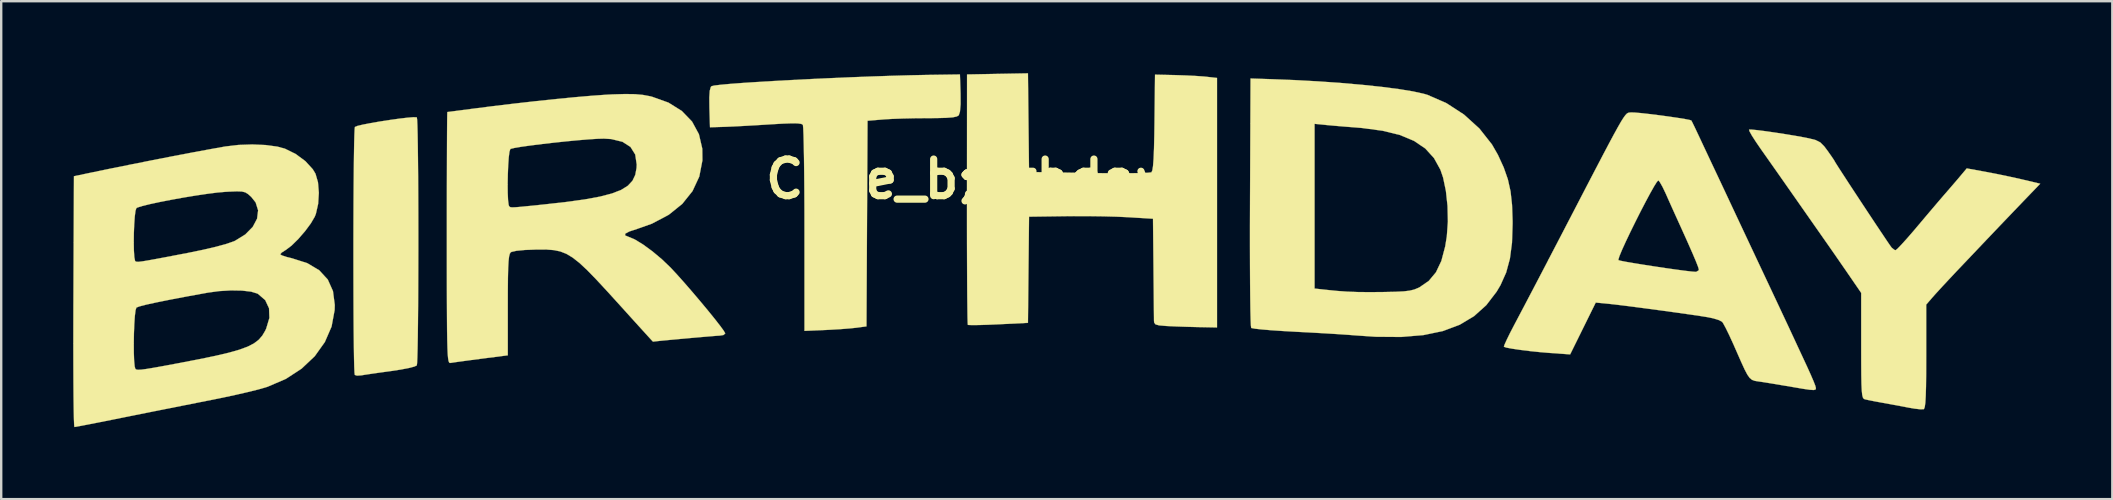
<source format=kicad_pcb>
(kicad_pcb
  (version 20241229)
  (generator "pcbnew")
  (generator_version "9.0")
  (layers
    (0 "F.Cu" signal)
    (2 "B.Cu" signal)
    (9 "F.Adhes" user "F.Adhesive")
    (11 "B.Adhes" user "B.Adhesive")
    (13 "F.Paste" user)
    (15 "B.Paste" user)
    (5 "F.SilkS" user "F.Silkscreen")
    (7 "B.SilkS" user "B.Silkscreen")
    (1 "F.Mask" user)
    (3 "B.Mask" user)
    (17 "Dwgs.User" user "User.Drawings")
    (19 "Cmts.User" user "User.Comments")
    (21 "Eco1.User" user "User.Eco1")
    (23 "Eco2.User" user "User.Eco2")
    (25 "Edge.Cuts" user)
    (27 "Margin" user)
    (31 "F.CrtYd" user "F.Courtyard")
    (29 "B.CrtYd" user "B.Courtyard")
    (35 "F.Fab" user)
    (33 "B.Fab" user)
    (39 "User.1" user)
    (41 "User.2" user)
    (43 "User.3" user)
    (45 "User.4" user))
  (footprint "Cake_b;irthday"
    (layer "F.Cu")
    (at 37.157 4.412)
    (property "Reference" "Cake_b;irthday" (at 0 0 0) (layer "F.SilkS") (effects (font (size 1.524 1.524) (thickness 0.3))))
    (attr through_hole)
    (fp_poly (pts (xy -22.847 -2.573) (xy -22.841 -2.571) (xy -22.828 -2.481) (xy -22.817 -2.239) (xy -22.807 -1.864) (xy -22.799 -1.373) (xy -22.792 -0.784) (xy -22.786 -0.115) (xy -22.782 0.616) (xy -22.779 1.392) (xy -22.778 2.195) (xy -22.778 3.006) (xy -22.78 3.809) (xy -22.783 4.584) (xy -22.787 5.315) (xy -22.793 5.984) (xy -22.8 6.572) (xy -22.809 7.062) (xy -22.819 7.435) (xy -22.83 7.675) (xy -22.842 7.763) (xy -22.946 7.812) (xy -23.184 7.873) (xy -23.519 7.937) (xy -23.917 7.998) (xy -23.92 7.998) (xy -24.337 8.055) (xy -24.709 8.108) (xy -24.996 8.151) (xy -25.15 8.176) (xy -25.334 8.188) (xy -25.425 8.159) (xy -25.437 8.065) (xy -25.448 7.819) (xy -25.457 7.44) (xy -25.464 6.945) (xy -25.471 6.353) (xy -25.476 5.68) (xy -25.479 4.946) (xy -25.481 4.168) (xy -25.482 3.364) (xy -25.482 2.551) (xy -25.48 1.748) (xy -25.477 0.973) (xy -25.472 0.244) (xy -25.466 -0.422) (xy -25.459 -1.007) (xy -25.451 -1.492) (xy -25.441 -1.86) (xy -25.43 -2.093) (xy -25.42 -2.172) (xy -25.321 -2.214) (xy -25.09 -2.27) (xy -24.764 -2.333) (xy -24.379 -2.4) (xy -23.971 -2.463) (xy -23.578 -2.518) (xy -23.235 -2.558) (xy -22.979 -2.579) (xy -22.847 -2.573)) (stroke (width 0.01) (type solid)) (fill yes) (layer "F.SilkS"))
    (fp_poly (pts (xy -0.187 -3.569) (xy -0.185 -3.119) (xy -0.211 -2.81) (xy -0.261 -2.658) (xy -0.343 -2.609) (xy -0.507 -2.574) (xy -0.778 -2.553) (xy -1.178 -2.542) (xy -1.564 -2.54) (xy -2.068 -2.536) (xy -2.577 -2.525) (xy -3.035 -2.508) (xy -3.385 -2.488) (xy -3.415 -2.485) (xy -4.062 -2.431) (xy -4.106 6.136) (xy -4.53 6.193) (xy -4.803 6.221) (xy -5.182 6.251) (xy -5.606 6.276) (xy -5.821 6.287) (xy -6.689 6.324) (xy -6.69 2.083) (xy -6.691 1.249) (xy -6.695 0.465) (xy -6.701 -0.251) (xy -6.709 -0.885) (xy -6.719 -1.418) (xy -6.729 -1.835) (xy -6.741 -2.119) (xy -6.754 -2.254) (xy -6.757 -2.262) (xy -6.822 -2.3) (xy -6.972 -2.321) (xy -7.228 -2.324) (xy -7.61 -2.31) (xy -8.131 -2.28) (xy -8.643 -2.248) (xy -9.148 -2.219) (xy -9.6 -2.195) (xy -9.947 -2.18) (xy -10.033 -2.177) (xy -10.626 -2.159) (xy -10.65 -2.972) (xy -10.654 -3.4) (xy -10.636 -3.68) (xy -10.593 -3.835) (xy -10.565 -3.869) (xy -10.45 -3.898) (xy -10.184 -3.93) (xy -9.784 -3.967) (xy -9.268 -4.006) (xy -8.653 -4.046) (xy -7.958 -4.088) (xy -7.2 -4.129) (xy -6.396 -4.17) (xy -5.564 -4.208) (xy -4.723 -4.244) (xy -3.89 -4.276) (xy -3.081 -4.303) (xy -2.316 -4.325) (xy -1.612 -4.34) (xy -1.397 -4.343) (xy -0.212 -4.36) (xy -0.187 -3.569)) (stroke (width 0.01) (type solid)) (fill yes) (layer "F.SilkS"))
    (fp_poly (pts (xy 2.644 -2.352) (xy 2.667 -0.296) (xy 5.165 -0.254) (xy 5.802 -0.246) (xy 6.386 -0.243) (xy 6.895 -0.245) (xy 7.307 -0.252) (xy 7.6 -0.263) (xy 7.752 -0.279) (xy 7.767 -0.284) (xy 7.803 -0.361) (xy 7.833 -0.543) (xy 7.856 -0.845) (xy 7.874 -1.28) (xy 7.887 -1.861) (xy 7.894 -2.355) (xy 7.916 -4.352) (xy 8.763 -4.333) (xy 9.186 -4.319) (xy 9.6 -4.299) (xy 9.942 -4.275) (xy 10.054 -4.264) (xy 10.499 -4.214) (xy 10.499 6.181) (xy 9.673 6.165) (xy 9.246 6.154) (xy 8.819 6.14) (xy 8.463 6.124) (xy 8.361 6.118) (xy 8.085 6.094) (xy 7.938 6.054) (xy 7.881 5.981) (xy 7.873 5.901) (xy 7.872 5.766) (xy 7.869 5.488) (xy 7.865 5.093) (xy 7.861 4.606) (xy 7.855 4.055) (xy 7.852 3.683) (xy 7.832 1.651) (xy 6.773 1.587) (xy 6.313 1.566) (xy 5.742 1.551) (xy 5.118 1.543) (xy 4.499 1.542) (xy 4.191 1.545) (xy 2.667 1.566) (xy 2.644 3.778) (xy 2.622 5.989) (xy 1.389 6.05) (xy 0.95 6.069) (xy 0.575 6.08) (xy 0.294 6.083) (xy 0.138 6.077) (xy 0.117 6.072) (xy 0.11 5.982) (xy 0.103 5.738) (xy 0.098 5.354) (xy 0.092 4.844) (xy 0.088 4.224) (xy 0.085 3.507) (xy 0.082 2.709) (xy 0.081 1.843) (xy 0.081 0.925) (xy 0.081 0.836) (xy 0.084 -4.36) (xy 1.353 -4.384) (xy 2.622 -4.407) (xy 2.644 -2.352)) (stroke (width 0.01) (type solid)) (fill yes) (layer "F.SilkS"))
    (fp_poly (pts (xy 12.742 -4.164) (xy 13.745 -4.125) (xy 14.729 -4.071) (xy 15.674 -4.004) (xy 16.56 -3.927) (xy 17.367 -3.842) (xy 18.075 -3.75) (xy 18.663 -3.654) (xy 19.112 -3.555) (xy 19.267 -3.51) (xy 20.058 -3.164) (xy 20.789 -2.689) (xy 21.431 -2.107) (xy 21.954 -1.444) (xy 22.201 -1.014) (xy 22.445 -0.482) (xy 22.617 0.01) (xy 22.729 0.513) (xy 22.791 1.077) (xy 22.814 1.75) (xy 22.814 1.863) (xy 22.789 2.652) (xy 22.702 3.316) (xy 22.546 3.892) (xy 22.311 4.416) (xy 22.147 4.693) (xy 21.716 5.254) (xy 21.207 5.711) (xy 20.608 6.069) (xy 19.909 6.331) (xy 19.1 6.499) (xy 18.17 6.577) (xy 17.109 6.569) (xy 16.298 6.514) (xy 15.972 6.489) (xy 15.518 6.458) (xy 14.976 6.425) (xy 14.389 6.392) (xy 13.798 6.361) (xy 13.765 6.359) (xy 13.233 6.329) (xy 12.758 6.297) (xy 12.366 6.264) (xy 12.084 6.233) (xy 11.937 6.206) (xy 11.923 6.2) (xy 11.911 6.105) (xy 11.9 5.855) (xy 11.89 5.465) (xy 11.883 4.951) (xy 11.879 4.56) (xy 14.563 4.56) (xy 15.007 4.609) (xy 15.479 4.657) (xy 15.909 4.688) (xy 16.351 4.705) (xy 16.859 4.71) (xy 17.441 4.705) (xy 17.923 4.695) (xy 18.273 4.678) (xy 18.525 4.648) (xy 18.717 4.601) (xy 18.885 4.532) (xy 18.939 4.505) (xy 19.323 4.24) (xy 19.622 3.881) (xy 19.846 3.409) (xy 20.006 2.805) (xy 20.074 2.381) (xy 20.118 1.769) (xy 20.103 1.121) (xy 20.035 0.492) (xy 19.918 -0.066) (xy 19.805 -0.395) (xy 19.537 -0.878) (xy 19.176 -1.275) (xy 18.707 -1.592) (xy 18.12 -1.837) (xy 17.4 -2.014) (xy 16.536 -2.13) (xy 16.256 -2.153) (xy 15.845 -2.185) (xy 15.426 -2.22) (xy 15.083 -2.251) (xy 15.05 -2.254) (xy 14.563 -2.303) (xy 14.563 4.56) (xy 11.879 4.56) (xy 11.877 4.326) (xy 11.873 3.606) (xy 11.871 2.806) (xy 11.871 1.939) (xy 11.874 1.022) (xy 11.874 0.969) (xy 11.896 -4.191) (xy 12.742 -4.164)) (stroke (width 0.01) (type solid)) (fill yes) (layer "F.SilkS"))
    (fp_poly (pts (xy 33.004 -2.04) (xy 33.338 -1.998) (xy 33.734 -1.941) (xy 34.158 -1.876) (xy 34.576 -1.807) (xy 34.954 -1.739) (xy 35.154 -1.699) (xy 35.44 -1.627) (xy 35.634 -1.529) (xy 35.802 -1.36) (xy 35.937 -1.18) (xy 36.095 -0.956) (xy 36.204 -0.794) (xy 36.237 -0.736) (xy 36.282 -0.66) (xy 36.405 -0.466) (xy 36.592 -0.178) (xy 36.826 0.182) (xy 37.094 0.59) (xy 37.379 1.023) (xy 37.667 1.459) (xy 37.942 1.873) (xy 38.189 2.243) (xy 38.392 2.546) (xy 38.537 2.758) (xy 38.608 2.857) (xy 38.608 2.857) (xy 38.727 2.951) (xy 38.771 2.963) (xy 38.848 2.902) (xy 39.012 2.732) (xy 39.243 2.477) (xy 39.52 2.158) (xy 39.678 1.971) (xy 40.001 1.588) (xy 40.316 1.216) (xy 40.593 0.891) (xy 40.801 0.649) (xy 40.852 0.591) (xy 41.095 0.31) (xy 41.344 0.02) (xy 41.463 -0.121) (xy 41.736 -0.446) (xy 42.522 -0.303) (xy 42.991 -0.213) (xy 43.513 -0.104) (xy 43.985 0.000447) (xy 44.052 0.016) (xy 44.797 0.192) (xy 44.095 0.922) (xy 43.628 1.409) (xy 43.117 1.943) (xy 42.544 2.544) (xy 41.89 3.233) (xy 41.301 3.852) (xy 40.993 4.18) (xy 40.701 4.494) (xy 40.46 4.757) (xy 40.313 4.922) (xy 40.047 5.229) (xy 40.047 7.389) (xy 40.045 8.089) (xy 40.039 8.634) (xy 40.027 9.04) (xy 40.01 9.323) (xy 39.986 9.497) (xy 39.954 9.577) (xy 39.941 9.586) (xy 39.806 9.591) (xy 39.564 9.564) (xy 39.328 9.524) (xy 38.961 9.454) (xy 38.535 9.375) (xy 38.227 9.319) (xy 37.909 9.261) (xy 37.643 9.208) (xy 37.487 9.173) (xy 37.486 9.173) (xy 37.441 9.15) (xy 37.406 9.093) (xy 37.38 8.986) (xy 37.362 8.806) (xy 37.349 8.537) (xy 37.342 8.157) (xy 37.339 7.649) (xy 37.338 6.992) (xy 37.338 6.937) (xy 37.338 4.741) (xy 36.771 3.915) (xy 36.491 3.51) (xy 36.194 3.08) (xy 35.92 2.687) (xy 35.776 2.482) (xy 35.574 2.193) (xy 35.304 1.808) (xy 34.996 1.368) (xy 34.68 0.916) (xy 34.544 0.722) (xy 34.217 0.255) (xy 33.87 -0.24) (xy 33.537 -0.713) (xy 33.254 -1.115) (xy 33.173 -1.229) (xy 32.956 -1.545) (xy 32.787 -1.808) (xy 32.685 -1.99) (xy 32.665 -2.062) (xy 32.769 -2.063) (xy 33.004 -2.04)) (stroke (width 0.01) (type solid)) (fill yes) (layer "F.SilkS"))
    (fp_poly (pts (xy 27.897 -2.773) (xy 28.163 -2.75) (xy 28.511 -2.711) (xy 28.904 -2.663) (xy 29.305 -2.609) (xy 29.678 -2.554) (xy 29.986 -2.505) (xy 30.193 -2.464) (xy 30.262 -2.441) (xy 30.306 -2.356) (xy 30.402 -2.159) (xy 30.529 -1.89) (xy 30.542 -1.863) (xy 30.699 -1.528) (xy 30.894 -1.113) (xy 31.093 -0.69) (xy 31.159 -0.55) (xy 31.365 -0.114) (xy 31.592 0.368) (xy 31.799 0.809) (xy 31.846 0.91) (xy 31.985 1.206) (xy 32.127 1.509) (xy 32.286 1.847) (xy 32.473 2.245) (xy 32.701 2.729) (xy 32.981 3.325) (xy 33.18 3.747) (xy 33.495 4.416) (xy 33.749 4.956) (xy 33.952 5.388) (xy 34.115 5.736) (xy 34.25 6.023) (xy 34.366 6.271) (xy 34.474 6.504) (xy 34.521 6.604) (xy 34.709 7.009) (xy 34.916 7.453) (xy 35.092 7.832) (xy 35.233 8.144) (xy 35.352 8.419) (xy 35.423 8.602) (xy 35.427 8.615) (xy 35.452 8.708) (xy 35.439 8.765) (xy 35.363 8.788) (xy 35.198 8.778) (xy 34.917 8.737) (xy 34.502 8.666) (xy 34.08 8.595) (xy 33.628 8.519) (xy 33.251 8.458) (xy 33.054 8.43) (xy 32.906 8.406) (xy 32.791 8.364) (xy 32.693 8.285) (xy 32.595 8.147) (xy 32.481 7.931) (xy 32.336 7.614) (xy 32.144 7.178) (xy 32.003 6.858) (xy 31.844 6.511) (xy 31.7 6.216) (xy 31.59 6.013) (xy 31.545 5.946) (xy 31.411 5.875) (xy 31.168 5.8) (xy 30.941 5.753) (xy 30.628 5.703) (xy 30.192 5.639) (xy 29.669 5.565) (xy 29.095 5.486) (xy 28.509 5.407) (xy 27.946 5.333) (xy 27.444 5.269) (xy 27.04 5.22) (xy 26.791 5.193) (xy 26.278 5.144) (xy 25.212 7.303) (xy 24.396 7.246) (xy 23.966 7.21) (xy 23.531 7.165) (xy 23.128 7.115) (xy 22.79 7.065) (xy 22.552 7.02) (xy 22.451 6.985) (xy 22.476 6.902) (xy 22.567 6.7) (xy 22.711 6.406) (xy 22.895 6.051) (xy 22.925 5.995) (xy 23.317 5.252) (xy 23.754 4.419) (xy 24.246 3.478) (xy 24.311 3.351) (xy 27.221 3.351) (xy 27.222 3.376) (xy 27.317 3.403) (xy 27.548 3.448) (xy 27.882 3.505) (xy 28.289 3.571) (xy 28.735 3.64) (xy 29.189 3.708) (xy 29.619 3.769) (xy 29.993 3.819) (xy 30.278 3.852) (xy 30.444 3.865) (xy 30.463 3.865) (xy 30.566 3.801) (xy 30.574 3.768) (xy 30.545 3.662) (xy 30.456 3.434) (xy 30.304 3.076) (xy 30.086 2.582) (xy 29.799 1.946) (xy 29.588 1.482) (xy 29.439 1.152) (xy 29.271 0.776) (xy 29.185 0.582) (xy 29.06 0.322) (xy 28.95 0.128) (xy 28.889 0.053) (xy 28.83 0.11) (xy 28.714 0.294) (xy 28.552 0.58) (xy 28.359 0.94) (xy 28.146 1.349) (xy 27.929 1.78) (xy 27.719 2.207) (xy 27.53 2.604) (xy 27.375 2.944) (xy 27.268 3.202) (xy 27.221 3.351) (xy 24.311 3.351) (xy 24.801 2.411) (xy 24.976 2.074) (xy 25.48 1.104) (xy 25.911 0.273) (xy 26.277 -0.429) (xy 26.583 -1.014) (xy 26.835 -1.492) (xy 27.04 -1.874) (xy 27.204 -2.171) (xy 27.332 -2.394) (xy 27.432 -2.553) (xy 27.509 -2.659) (xy 27.569 -2.724) (xy 27.62 -2.757) (xy 27.666 -2.77) (xy 27.714 -2.774) (xy 27.749 -2.777) (xy 27.897 -2.773)) (stroke (width 0.01) (type solid)) (fill yes) (layer "F.SilkS"))
    (fp_poly (pts (xy -13.751 -3.538) (xy -13.421 -3.508) (xy -13.122 -3.452) (xy -13.039 -3.431) (xy -12.355 -3.186) (xy -11.798 -2.838) (xy -11.373 -2.397) (xy -11.087 -1.87) (xy -10.947 -1.268) (xy -10.942 -0.777) (xy -11.072 -0.106) (xy -11.354 0.5) (xy -11.782 1.034) (xy -12.347 1.488) (xy -13.043 1.856) (xy -13.655 2.073) (xy -13.988 2.183) (xy -14.156 2.273) (xy -14.163 2.346) (xy -14.029 2.401) (xy -13.76 2.514) (xy -13.412 2.726) (xy -13.023 3.011) (xy -12.628 3.342) (xy -12.265 3.69) (xy -12.003 3.972) (xy -11.699 4.312) (xy -11.373 4.688) (xy -11.042 5.078) (xy -10.726 5.457) (xy -10.444 5.805) (xy -10.215 6.097) (xy -10.058 6.311) (xy -9.992 6.424) (xy -9.991 6.431) (xy -10.064 6.496) (xy -10.223 6.521) (xy -10.354 6.529) (xy -10.614 6.55) (xy -10.968 6.58) (xy -11.379 6.616) (xy -11.81 6.655) (xy -12.224 6.693) (xy -12.584 6.727) (xy -12.853 6.755) (xy -12.995 6.771) (xy -13.002 6.772) (xy -13.058 6.713) (xy -13.211 6.545) (xy -13.447 6.286) (xy -13.749 5.953) (xy -14.101 5.564) (xy -14.346 5.293) (xy -14.901 4.682) (xy -15.361 4.186) (xy -15.744 3.792) (xy -16.068 3.49) (xy -16.351 3.268) (xy -16.61 3.113) (xy -16.863 3.014) (xy -17.127 2.959) (xy -17.421 2.936) (xy -17.762 2.934) (xy -17.891 2.936) (xy -18.344 2.953) (xy -18.685 2.986) (xy -18.891 3.032) (xy -18.928 3.052) (xy -18.967 3.111) (xy -18.997 3.229) (xy -19.019 3.423) (xy -19.035 3.714) (xy -19.044 4.12) (xy -19.049 4.66) (xy -19.05 5.248) (xy -19.05 7.342) (xy -20.172 7.486) (xy -20.6 7.542) (xy -20.977 7.593) (xy -21.265 7.633) (xy -21.428 7.658) (xy -21.442 7.66) (xy -21.472 7.658) (xy -21.498 7.633) (xy -21.52 7.571) (xy -21.538 7.461) (xy -21.553 7.29) (xy -21.564 7.046) (xy -21.573 6.717) (xy -21.58 6.29) (xy -21.584 5.753) (xy -21.587 5.094) (xy -21.589 4.3) (xy -21.59 3.36) (xy -21.59 2.447) (xy -21.59 1.523) (xy -21.589 0.65) (xy -21.588 0.209) (xy -19.056 0.209) (xy -19.053 0.578) (xy -19.039 0.88) (xy -19.014 1.078) (xy -18.994 1.129) (xy -18.967 1.155) (xy -18.931 1.172) (xy -18.861 1.178) (xy -18.73 1.173) (xy -18.515 1.155) (xy -18.189 1.123) (xy -17.729 1.076) (xy -17.545 1.057) (xy -16.616 0.953) (xy -15.843 0.846) (xy -15.213 0.73) (xy -14.713 0.6) (xy -14.328 0.451) (xy -14.047 0.275) (xy -13.855 0.068) (xy -13.739 -0.176) (xy -13.686 -0.463) (xy -13.679 -0.607) (xy -13.741 -1.024) (xy -13.938 -1.34) (xy -14.271 -1.554) (xy -14.739 -1.668) (xy -15.042 -1.687) (xy -15.302 -1.68) (xy -15.67 -1.657) (xy -16.116 -1.62) (xy -16.61 -1.573) (xy -17.122 -1.519) (xy -17.624 -1.461) (xy -18.085 -1.403) (xy -18.475 -1.349) (xy -18.765 -1.3) (xy -18.926 -1.262) (xy -18.944 -1.252) (xy -18.981 -1.141) (xy -19.011 -0.901) (xy -19.034 -0.569) (xy -19.049 -0.186) (xy -19.056 0.209) (xy -21.588 0.209) (xy -21.587 -0.157) (xy -21.585 -0.882) (xy -21.583 -1.512) (xy -21.58 -2.033) (xy -21.577 -2.43) (xy -21.573 -2.688) (xy -21.569 -2.793) (xy -21.569 -2.795) (xy -21.482 -2.805) (xy -21.261 -2.834) (xy -20.94 -2.876) (xy -20.574 -2.924) (xy -19.69 -3.037) (xy -18.787 -3.145) (xy -17.893 -3.246) (xy -17.036 -3.336) (xy -16.244 -3.413) (xy -15.547 -3.473) (xy -14.971 -3.514) (xy -14.69 -3.529) (xy -14.159 -3.544) (xy -13.751 -3.538)) (stroke (width 0.01) (type solid)) (fill yes) (layer "F.SilkS"))
    (fp_poly (pts (xy -29.137 -1.419) (xy -28.65 -1.353) (xy -28.339 -1.269) (xy -27.887 -1.046) (xy -27.483 -0.747) (xy -27.175 -0.411) (xy -27.062 -0.223) (xy -26.959 0.131) (xy -26.923 0.572) (xy -26.952 1.032) (xy -27.045 1.444) (xy -27.091 1.562) (xy -27.257 1.846) (xy -27.5 2.173) (xy -27.781 2.497) (xy -28.06 2.771) (xy -28.296 2.95) (xy -28.312 2.959) (xy -28.469 3.06) (xy -28.533 3.134) (xy -28.457 3.181) (xy -28.262 3.245) (xy -28.046 3.298) (xy -27.405 3.502) (xy -26.907 3.798) (xy -26.55 4.186) (xy -26.334 4.667) (xy -26.259 5.242) (xy -26.265 5.457) (xy -26.392 6.144) (xy -26.673 6.79) (xy -27.093 7.379) (xy -27.64 7.896) (xy -28.298 8.325) (xy -29.055 8.65) (xy -29.142 8.678) (xy -29.448 8.765) (xy -29.879 8.872) (xy -30.389 8.989) (xy -30.937 9.107) (xy -31.35 9.191) (xy -31.904 9.3) (xy -32.573 9.433) (xy -33.307 9.579) (xy -34.054 9.728) (xy -34.765 9.87) (xy -34.968 9.911) (xy -35.539 10.026) (xy -36.055 10.129) (xy -36.493 10.215) (xy -36.83 10.28) (xy -37.042 10.319) (xy -37.106 10.329) (xy -37.117 10.247) (xy -37.127 10.01) (xy -37.135 9.632) (xy -37.142 9.129) (xy -37.147 8.513) (xy -37.15 7.801) (xy -37.152 7.006) (xy -37.152 6.844) (xy -34.633 6.844) (xy -34.631 7.235) (xy -34.619 7.568) (xy -34.596 7.807) (xy -34.565 7.91) (xy -34.524 7.935) (xy -34.449 7.946) (xy -34.319 7.939) (xy -34.11 7.911) (xy -33.802 7.86) (xy -33.373 7.783) (xy -32.801 7.676) (xy -32.766 7.669) (xy -31.924 7.507) (xy -31.232 7.364) (xy -30.674 7.233) (xy -30.231 7.107) (xy -29.888 6.98) (xy -29.626 6.845) (xy -29.429 6.695) (xy -29.28 6.523) (xy -29.161 6.323) (xy -29.117 6.231) (xy -28.983 5.784) (xy -28.998 5.381) (xy -29.157 5.042) (xy -29.456 4.785) (xy -29.487 4.768) (xy -29.745 4.689) (xy -30.126 4.645) (xy -30.586 4.637) (xy -31.082 4.667) (xy -31.538 4.729) (xy -32.386 4.883) (xy -33.103 5.019) (xy -33.683 5.136) (xy -34.119 5.231) (xy -34.401 5.305) (xy -34.523 5.352) (xy -34.559 5.463) (xy -34.589 5.706) (xy -34.612 6.042) (xy -34.627 6.434) (xy -34.633 6.844) (xy -37.152 6.844) (xy -37.151 6.142) (xy -37.149 5.225) (xy -37.148 5.105) (xy -37.138 2.635) (xy -34.634 2.635) (xy -34.628 2.98) (xy -34.611 3.248) (xy -34.581 3.401) (xy -34.571 3.416) (xy -34.545 3.436) (xy -34.498 3.446) (xy -34.412 3.444) (xy -34.268 3.426) (xy -34.045 3.389) (xy -33.723 3.331) (xy -33.284 3.249) (xy -32.707 3.138) (xy -32.385 3.077) (xy -31.755 2.947) (xy -31.206 2.819) (xy -30.767 2.698) (xy -30.463 2.592) (xy -30.418 2.572) (xy -29.987 2.306) (xy -29.677 1.991) (xy -29.496 1.649) (xy -29.453 1.302) (xy -29.556 0.972) (xy -29.738 0.743) (xy -29.87 0.625) (xy -29.987 0.552) (xy -30.132 0.517) (xy -30.346 0.51) (xy -30.673 0.523) (xy -30.818 0.531) (xy -31.144 0.559) (xy -31.562 0.612) (xy -32.041 0.683) (xy -32.551 0.767) (xy -33.06 0.859) (xy -33.539 0.952) (xy -33.955 1.041) (xy -34.28 1.121) (xy -34.481 1.185) (xy -34.523 1.207) (xy -34.561 1.318) (xy -34.592 1.557) (xy -34.615 1.883) (xy -34.63 2.256) (xy -34.634 2.635) (xy -37.138 2.635) (xy -37.126 -0.12) (xy -36.407 -0.271) (xy -35.591 -0.44) (xy -34.723 -0.615) (xy -33.838 -0.791) (xy -32.973 -0.96) (xy -32.163 -1.114) (xy -31.444 -1.247) (xy -30.853 -1.353) (xy -30.819 -1.359) (xy -30.272 -1.423) (xy -29.695 -1.443) (xy -29.137 -1.419)) (stroke (width 0.01) (type solid)) (fill yes) (layer "F.SilkS")))
  (gr_rect
    (start -3 -3)
    (end 84.958 17.746)
    (stroke (width 0.1) (type default))
    (fill no)
    (layer "Edge.Cuts")))
</source>
